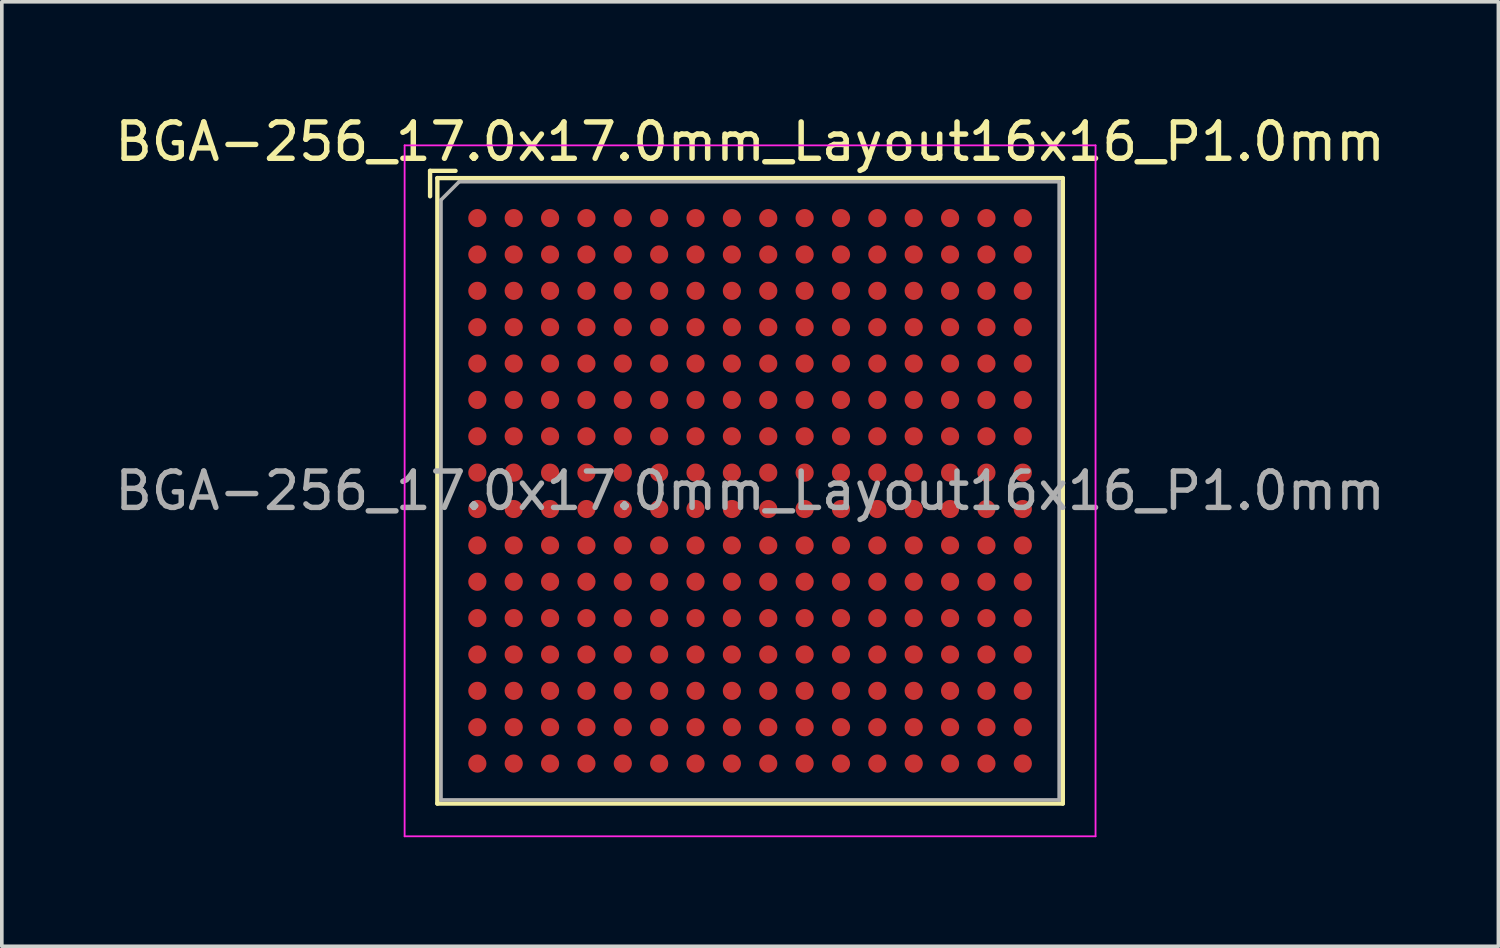
<source format=kicad_pcb>
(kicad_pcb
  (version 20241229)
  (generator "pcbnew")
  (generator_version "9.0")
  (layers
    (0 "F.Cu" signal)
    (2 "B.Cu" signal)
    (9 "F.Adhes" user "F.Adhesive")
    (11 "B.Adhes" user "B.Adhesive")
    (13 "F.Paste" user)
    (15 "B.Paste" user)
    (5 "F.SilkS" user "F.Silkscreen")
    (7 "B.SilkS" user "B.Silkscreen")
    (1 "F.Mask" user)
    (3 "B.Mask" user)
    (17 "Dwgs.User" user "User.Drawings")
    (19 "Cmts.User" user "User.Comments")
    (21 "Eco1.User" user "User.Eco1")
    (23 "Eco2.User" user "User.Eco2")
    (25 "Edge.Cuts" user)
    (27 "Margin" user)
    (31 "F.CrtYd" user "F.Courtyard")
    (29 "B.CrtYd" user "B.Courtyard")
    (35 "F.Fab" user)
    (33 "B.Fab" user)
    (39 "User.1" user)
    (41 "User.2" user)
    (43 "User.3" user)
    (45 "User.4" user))
  (footprint "BGA-256_17.0x17.0mm_Layout16x16_P1.0mm"
    (layer "F.Cu")
    (at 17.577 10.448)
    (property "Reference" "BGA-256_17.0x17.0mm_Layout16x16_P1.0mm" (at 0 -9.6 0) (layer "F.SilkS") (effects (font (size 1 1) (thickness 0.15))))
    (attr smd)
    (fp_line (start -8.8 -8.8) (end -8.8 -8.1) (stroke (width 0.12) (type solid)) (layer "F.SilkS"))
    (fp_line (start -8.6 -8.6) (end -8.6 8.6) (stroke (width 0.12) (type solid)) (layer "F.SilkS"))
    (fp_line (start -8.6 8.6) (end 8.6 8.6) (stroke (width 0.12) (type solid)) (layer "F.SilkS"))
    (fp_line (start -8.1 -8.8) (end -8.8 -8.8) (stroke (width 0.12) (type solid)) (layer "F.SilkS"))
    (fp_line (start 8.6 -8.6) (end -8.6 -8.6) (stroke (width 0.12) (type solid)) (layer "F.SilkS"))
    (fp_line (start 8.6 8.6) (end 8.6 -8.6) (stroke (width 0.12) (type solid)) (layer "F.SilkS"))
    (fp_line (start -9.5 -9.5) (end -9.5 9.5) (stroke (width 0.05) (type solid)) (layer "F.CrtYd"))
    (fp_line (start -9.5 -9.5) (end 9.5 -9.5) (stroke (width 0.05) (type solid)) (layer "F.CrtYd"))
    (fp_line (start 9.5 9.5) (end -9.5 9.5) (stroke (width 0.05) (type solid)) (layer "F.CrtYd"))
    (fp_line (start 9.5 9.5) (end 9.5 -9.5) (stroke (width 0.05) (type solid)) (layer "F.CrtYd"))
    (fp_line (start -8.5 -8) (end -8.5 8.5) (stroke (width 0.1) (type solid)) (layer "F.Fab"))
    (fp_line (start -8.5 8.5) (end 8.5 8.5) (stroke (width 0.1) (type solid)) (layer "F.Fab"))
    (fp_line (start -8 -8.5) (end -8.5 -8) (stroke (width 0.1) (type solid)) (layer "F.Fab"))
    (fp_line (start 8.5 -8.5) (end -8 -8.5) (stroke (width 0.1) (type solid)) (layer "F.Fab"))
    (fp_line (start 8.5 8.5) (end 8.5 -8.5) (stroke (width 0.1) (type solid)) (layer "F.Fab"))
    (fp_text user "${REFERENCE}" (at 0 0 0) (layer "F.Fab") (effects (font (size 1 1) (thickness 0.15))))
    (pad "A1" smd circle (at -7.5 -7.5) (size 0.5 0.5) (layers "F.Cu" "F.Mask" "F.Paste"))
    (pad "A2" smd circle (at -6.5 -7.5) (size 0.5 0.5) (layers "F.Cu" "F.Mask" "F.Paste"))
    (pad "A3" smd circle (at -5.5 -7.5) (size 0.5 0.5) (layers "F.Cu" "F.Mask" "F.Paste"))
    (pad "A4" smd circle (at -4.5 -7.5) (size 0.5 0.5) (layers "F.Cu" "F.Mask" "F.Paste"))
    (pad "A5" smd circle (at -3.5 -7.5) (size 0.5 0.5) (layers "F.Cu" "F.Mask" "F.Paste"))
    (pad "A6" smd circle (at -2.5 -7.5) (size 0.5 0.5) (layers "F.Cu" "F.Mask" "F.Paste"))
    (pad "A7" smd circle (at -1.5 -7.5) (size 0.5 0.5) (layers "F.Cu" "F.Mask" "F.Paste"))
    (pad "A8" smd circle (at -0.5 -7.5) (size 0.5 0.5) (layers "F.Cu" "F.Mask" "F.Paste"))
    (pad "A9" smd circle (at 0.5 -7.5) (size 0.5 0.5) (layers "F.Cu" "F.Mask" "F.Paste"))
    (pad "A10" smd circle (at 1.5 -7.5) (size 0.5 0.5) (layers "F.Cu" "F.Mask" "F.Paste"))
    (pad "A11" smd circle (at 2.5 -7.5) (size 0.5 0.5) (layers "F.Cu" "F.Mask" "F.Paste"))
    (pad "A12" smd circle (at 3.5 -7.5) (size 0.5 0.5) (layers "F.Cu" "F.Mask" "F.Paste"))
    (pad "A13" smd circle (at 4.5 -7.5) (size 0.5 0.5) (layers "F.Cu" "F.Mask" "F.Paste"))
    (pad "A14" smd circle (at 5.5 -7.5) (size 0.5 0.5) (layers "F.Cu" "F.Mask" "F.Paste"))
    (pad "A15" smd circle (at 6.5 -7.5) (size 0.5 0.5) (layers "F.Cu" "F.Mask" "F.Paste"))
    (pad "A16" smd circle (at 7.5 -7.5) (size 0.5 0.5) (layers "F.Cu" "F.Mask" "F.Paste"))
    (pad "B1" smd circle (at -7.5 -6.5) (size 0.5 0.5) (layers "F.Cu" "F.Mask" "F.Paste"))
    (pad "B2" smd circle (at -6.5 -6.5) (size 0.5 0.5) (layers "F.Cu" "F.Mask" "F.Paste"))
    (pad "B3" smd circle (at -5.5 -6.5) (size 0.5 0.5) (layers "F.Cu" "F.Mask" "F.Paste"))
    (pad "B4" smd circle (at -4.5 -6.5) (size 0.5 0.5) (layers "F.Cu" "F.Mask" "F.Paste"))
    (pad "B5" smd circle (at -3.5 -6.5) (size 0.5 0.5) (layers "F.Cu" "F.Mask" "F.Paste"))
    (pad "B6" smd circle (at -2.5 -6.5) (size 0.5 0.5) (layers "F.Cu" "F.Mask" "F.Paste"))
    (pad "B7" smd circle (at -1.5 -6.5) (size 0.5 0.5) (layers "F.Cu" "F.Mask" "F.Paste"))
    (pad "B8" smd circle (at -0.5 -6.5) (size 0.5 0.5) (layers "F.Cu" "F.Mask" "F.Paste"))
    (pad "B9" smd circle (at 0.5 -6.5) (size 0.5 0.5) (layers "F.Cu" "F.Mask" "F.Paste"))
    (pad "B10" smd circle (at 1.5 -6.5) (size 0.5 0.5) (layers "F.Cu" "F.Mask" "F.Paste"))
    (pad "B11" smd circle (at 2.5 -6.5) (size 0.5 0.5) (layers "F.Cu" "F.Mask" "F.Paste"))
    (pad "B12" smd circle (at 3.5 -6.5) (size 0.5 0.5) (layers "F.Cu" "F.Mask" "F.Paste"))
    (pad "B13" smd circle (at 4.5 -6.5) (size 0.5 0.5) (layers "F.Cu" "F.Mask" "F.Paste"))
    (pad "B14" smd circle (at 5.5 -6.5) (size 0.5 0.5) (layers "F.Cu" "F.Mask" "F.Paste"))
    (pad "B15" smd circle (at 6.5 -6.5) (size 0.5 0.5) (layers "F.Cu" "F.Mask" "F.Paste"))
    (pad "B16" smd circle (at 7.5 -6.5) (size 0.5 0.5) (layers "F.Cu" "F.Mask" "F.Paste"))
    (pad "C1" smd circle (at -7.5 -5.5) (size 0.5 0.5) (layers "F.Cu" "F.Mask" "F.Paste"))
    (pad "C2" smd circle (at -6.5 -5.5) (size 0.5 0.5) (layers "F.Cu" "F.Mask" "F.Paste"))
    (pad "C3" smd circle (at -5.5 -5.5) (size 0.5 0.5) (layers "F.Cu" "F.Mask" "F.Paste"))
    (pad "C4" smd circle (at -4.5 -5.5) (size 0.5 0.5) (layers "F.Cu" "F.Mask" "F.Paste"))
    (pad "C5" smd circle (at -3.5 -5.5) (size 0.5 0.5) (layers "F.Cu" "F.Mask" "F.Paste"))
    (pad "C6" smd circle (at -2.5 -5.5) (size 0.5 0.5) (layers "F.Cu" "F.Mask" "F.Paste"))
    (pad "C7" smd circle (at -1.5 -5.5) (size 0.5 0.5) (layers "F.Cu" "F.Mask" "F.Paste"))
    (pad "C8" smd circle (at -0.5 -5.5) (size 0.5 0.5) (layers "F.Cu" "F.Mask" "F.Paste"))
    (pad "C9" smd circle (at 0.5 -5.5) (size 0.5 0.5) (layers "F.Cu" "F.Mask" "F.Paste"))
    (pad "C10" smd circle (at 1.5 -5.5) (size 0.5 0.5) (layers "F.Cu" "F.Mask" "F.Paste"))
    (pad "C11" smd circle (at 2.5 -5.5) (size 0.5 0.5) (layers "F.Cu" "F.Mask" "F.Paste"))
    (pad "C12" smd circle (at 3.5 -5.5) (size 0.5 0.5) (layers "F.Cu" "F.Mask" "F.Paste"))
    (pad "C13" smd circle (at 4.5 -5.5) (size 0.5 0.5) (layers "F.Cu" "F.Mask" "F.Paste"))
    (pad "C14" smd circle (at 5.5 -5.5) (size 0.5 0.5) (layers "F.Cu" "F.Mask" "F.Paste"))
    (pad "C15" smd circle (at 6.5 -5.5) (size 0.5 0.5) (layers "F.Cu" "F.Mask" "F.Paste"))
    (pad "C16" smd circle (at 7.5 -5.5) (size 0.5 0.5) (layers "F.Cu" "F.Mask" "F.Paste"))
    (pad "D1" smd circle (at -7.5 -4.5) (size 0.5 0.5) (layers "F.Cu" "F.Mask" "F.Paste"))
    (pad "D2" smd circle (at -6.5 -4.5) (size 0.5 0.5) (layers "F.Cu" "F.Mask" "F.Paste"))
    (pad "D3" smd circle (at -5.5 -4.5) (size 0.5 0.5) (layers "F.Cu" "F.Mask" "F.Paste"))
    (pad "D4" smd circle (at -4.5 -4.5) (size 0.5 0.5) (layers "F.Cu" "F.Mask" "F.Paste"))
    (pad "D5" smd circle (at -3.5 -4.5) (size 0.5 0.5) (layers "F.Cu" "F.Mask" "F.Paste"))
    (pad "D6" smd circle (at -2.5 -4.5) (size 0.5 0.5) (layers "F.Cu" "F.Mask" "F.Paste"))
    (pad "D7" smd circle (at -1.5 -4.5) (size 0.5 0.5) (layers "F.Cu" "F.Mask" "F.Paste"))
    (pad "D8" smd circle (at -0.5 -4.5) (size 0.5 0.5) (layers "F.Cu" "F.Mask" "F.Paste"))
    (pad "D9" smd circle (at 0.5 -4.5) (size 0.5 0.5) (layers "F.Cu" "F.Mask" "F.Paste"))
    (pad "D10" smd circle (at 1.5 -4.5) (size 0.5 0.5) (layers "F.Cu" "F.Mask" "F.Paste"))
    (pad "D11" smd circle (at 2.5 -4.5) (size 0.5 0.5) (layers "F.Cu" "F.Mask" "F.Paste"))
    (pad "D12" smd circle (at 3.5 -4.5) (size 0.5 0.5) (layers "F.Cu" "F.Mask" "F.Paste"))
    (pad "D13" smd circle (at 4.5 -4.5) (size 0.5 0.5) (layers "F.Cu" "F.Mask" "F.Paste"))
    (pad "D14" smd circle (at 5.5 -4.5) (size 0.5 0.5) (layers "F.Cu" "F.Mask" "F.Paste"))
    (pad "D15" smd circle (at 6.5 -4.5) (size 0.5 0.5) (layers "F.Cu" "F.Mask" "F.Paste"))
    (pad "D16" smd circle (at 7.5 -4.5) (size 0.5 0.5) (layers "F.Cu" "F.Mask" "F.Paste"))
    (pad "E1" smd circle (at -7.5 -3.5) (size 0.5 0.5) (layers "F.Cu" "F.Mask" "F.Paste"))
    (pad "E2" smd circle (at -6.5 -3.5) (size 0.5 0.5) (layers "F.Cu" "F.Mask" "F.Paste"))
    (pad "E3" smd circle (at -5.5 -3.5) (size 0.5 0.5) (layers "F.Cu" "F.Mask" "F.Paste"))
    (pad "E4" smd circle (at -4.5 -3.5) (size 0.5 0.5) (layers "F.Cu" "F.Mask" "F.Paste"))
    (pad "E5" smd circle (at -3.5 -3.5) (size 0.5 0.5) (layers "F.Cu" "F.Mask" "F.Paste"))
    (pad "E6" smd circle (at -2.5 -3.5) (size 0.5 0.5) (layers "F.Cu" "F.Mask" "F.Paste"))
    (pad "E7" smd circle (at -1.5 -3.5) (size 0.5 0.5) (layers "F.Cu" "F.Mask" "F.Paste"))
    (pad "E8" smd circle (at -0.5 -3.5) (size 0.5 0.5) (layers "F.Cu" "F.Mask" "F.Paste"))
    (pad "E9" smd circle (at 0.5 -3.5) (size 0.5 0.5) (layers "F.Cu" "F.Mask" "F.Paste"))
    (pad "E10" smd circle (at 1.5 -3.5) (size 0.5 0.5) (layers "F.Cu" "F.Mask" "F.Paste"))
    (pad "E11" smd circle (at 2.5 -3.5) (size 0.5 0.5) (layers "F.Cu" "F.Mask" "F.Paste"))
    (pad "E12" smd circle (at 3.5 -3.5) (size 0.5 0.5) (layers "F.Cu" "F.Mask" "F.Paste"))
    (pad "E13" smd circle (at 4.5 -3.5) (size 0.5 0.5) (layers "F.Cu" "F.Mask" "F.Paste"))
    (pad "E14" smd circle (at 5.5 -3.5) (size 0.5 0.5) (layers "F.Cu" "F.Mask" "F.Paste"))
    (pad "E15" smd circle (at 6.5 -3.5) (size 0.5 0.5) (layers "F.Cu" "F.Mask" "F.Paste"))
    (pad "E16" smd circle (at 7.5 -3.5) (size 0.5 0.5) (layers "F.Cu" "F.Mask" "F.Paste"))
    (pad "F1" smd circle (at -7.5 -2.5) (size 0.5 0.5) (layers "F.Cu" "F.Mask" "F.Paste"))
    (pad "F2" smd circle (at -6.5 -2.5) (size 0.5 0.5) (layers "F.Cu" "F.Mask" "F.Paste"))
    (pad "F3" smd circle (at -5.5 -2.5) (size 0.5 0.5) (layers "F.Cu" "F.Mask" "F.Paste"))
    (pad "F4" smd circle (at -4.5 -2.5) (size 0.5 0.5) (layers "F.Cu" "F.Mask" "F.Paste"))
    (pad "F5" smd circle (at -3.5 -2.5) (size 0.5 0.5) (layers "F.Cu" "F.Mask" "F.Paste"))
    (pad "F6" smd circle (at -2.5 -2.5) (size 0.5 0.5) (layers "F.Cu" "F.Mask" "F.Paste"))
    (pad "F7" smd circle (at -1.5 -2.5) (size 0.5 0.5) (layers "F.Cu" "F.Mask" "F.Paste"))
    (pad "F8" smd circle (at -0.5 -2.5) (size 0.5 0.5) (layers "F.Cu" "F.Mask" "F.Paste"))
    (pad "F9" smd circle (at 0.5 -2.5) (size 0.5 0.5) (layers "F.Cu" "F.Mask" "F.Paste"))
    (pad "F10" smd circle (at 1.5 -2.5) (size 0.5 0.5) (layers "F.Cu" "F.Mask" "F.Paste"))
    (pad "F11" smd circle (at 2.5 -2.5) (size 0.5 0.5) (layers "F.Cu" "F.Mask" "F.Paste"))
    (pad "F12" smd circle (at 3.5 -2.5) (size 0.5 0.5) (layers "F.Cu" "F.Mask" "F.Paste"))
    (pad "F13" smd circle (at 4.5 -2.5) (size 0.5 0.5) (layers "F.Cu" "F.Mask" "F.Paste"))
    (pad "F14" smd circle (at 5.5 -2.5) (size 0.5 0.5) (layers "F.Cu" "F.Mask" "F.Paste"))
    (pad "F15" smd circle (at 6.5 -2.5) (size 0.5 0.5) (layers "F.Cu" "F.Mask" "F.Paste"))
    (pad "F16" smd circle (at 7.5 -2.5) (size 0.5 0.5) (layers "F.Cu" "F.Mask" "F.Paste"))
    (pad "G1" smd circle (at -7.5 -1.5) (size 0.5 0.5) (layers "F.Cu" "F.Mask" "F.Paste"))
    (pad "G2" smd circle (at -6.5 -1.5) (size 0.5 0.5) (layers "F.Cu" "F.Mask" "F.Paste"))
    (pad "G3" smd circle (at -5.5 -1.5) (size 0.5 0.5) (layers "F.Cu" "F.Mask" "F.Paste"))
    (pad "G4" smd circle (at -4.5 -1.5) (size 0.5 0.5) (layers "F.Cu" "F.Mask" "F.Paste"))
    (pad "G5" smd circle (at -3.5 -1.5) (size 0.5 0.5) (layers "F.Cu" "F.Mask" "F.Paste"))
    (pad "G6" smd circle (at -2.5 -1.5) (size 0.5 0.5) (layers "F.Cu" "F.Mask" "F.Paste"))
    (pad "G7" smd circle (at -1.5 -1.5) (size 0.5 0.5) (layers "F.Cu" "F.Mask" "F.Paste"))
    (pad "G8" smd circle (at -0.5 -1.5) (size 0.5 0.5) (layers "F.Cu" "F.Mask" "F.Paste"))
    (pad "G9" smd circle (at 0.5 -1.5) (size 0.5 0.5) (layers "F.Cu" "F.Mask" "F.Paste"))
    (pad "G10" smd circle (at 1.5 -1.5) (size 0.5 0.5) (layers "F.Cu" "F.Mask" "F.Paste"))
    (pad "G11" smd circle (at 2.5 -1.5) (size 0.5 0.5) (layers "F.Cu" "F.Mask" "F.Paste"))
    (pad "G12" smd circle (at 3.5 -1.5) (size 0.5 0.5) (layers "F.Cu" "F.Mask" "F.Paste"))
    (pad "G13" smd circle (at 4.5 -1.5) (size 0.5 0.5) (layers "F.Cu" "F.Mask" "F.Paste"))
    (pad "G14" smd circle (at 5.5 -1.5) (size 0.5 0.5) (layers "F.Cu" "F.Mask" "F.Paste"))
    (pad "G15" smd circle (at 6.5 -1.5) (size 0.5 0.5) (layers "F.Cu" "F.Mask" "F.Paste"))
    (pad "G16" smd circle (at 7.5 -1.5) (size 0.5 0.5) (layers "F.Cu" "F.Mask" "F.Paste"))
    (pad "H1" smd circle (at -7.5 -0.5) (size 0.5 0.5) (layers "F.Cu" "F.Mask" "F.Paste"))
    (pad "H2" smd circle (at -6.5 -0.5) (size 0.5 0.5) (layers "F.Cu" "F.Mask" "F.Paste"))
    (pad "H3" smd circle (at -5.5 -0.5) (size 0.5 0.5) (layers "F.Cu" "F.Mask" "F.Paste"))
    (pad "H4" smd circle (at -4.5 -0.5) (size 0.5 0.5) (layers "F.Cu" "F.Mask" "F.Paste"))
    (pad "H5" smd circle (at -3.5 -0.5) (size 0.5 0.5) (layers "F.Cu" "F.Mask" "F.Paste"))
    (pad "H6" smd circle (at -2.5 -0.5) (size 0.5 0.5) (layers "F.Cu" "F.Mask" "F.Paste"))
    (pad "H7" smd circle (at -1.5 -0.5) (size 0.5 0.5) (layers "F.Cu" "F.Mask" "F.Paste"))
    (pad "H8" smd circle (at -0.5 -0.5) (size 0.5 0.5) (layers "F.Cu" "F.Mask" "F.Paste"))
    (pad "H9" smd circle (at 0.5 -0.5) (size 0.5 0.5) (layers "F.Cu" "F.Mask" "F.Paste"))
    (pad "H10" smd circle (at 1.5 -0.5) (size 0.5 0.5) (layers "F.Cu" "F.Mask" "F.Paste"))
    (pad "H11" smd circle (at 2.5 -0.5) (size 0.5 0.5) (layers "F.Cu" "F.Mask" "F.Paste"))
    (pad "H12" smd circle (at 3.5 -0.5) (size 0.5 0.5) (layers "F.Cu" "F.Mask" "F.Paste"))
    (pad "H13" smd circle (at 4.5 -0.5) (size 0.5 0.5) (layers "F.Cu" "F.Mask" "F.Paste"))
    (pad "H14" smd circle (at 5.5 -0.5) (size 0.5 0.5) (layers "F.Cu" "F.Mask" "F.Paste"))
    (pad "H15" smd circle (at 6.5 -0.5) (size 0.5 0.5) (layers "F.Cu" "F.Mask" "F.Paste"))
    (pad "H16" smd circle (at 7.5 -0.5) (size 0.5 0.5) (layers "F.Cu" "F.Mask" "F.Paste"))
    (pad "J1" smd circle (at -7.5 0.5) (size 0.5 0.5) (layers "F.Cu" "F.Mask" "F.Paste"))
    (pad "J2" smd circle (at -6.5 0.5) (size 0.5 0.5) (layers "F.Cu" "F.Mask" "F.Paste"))
    (pad "J3" smd circle (at -5.5 0.5) (size 0.5 0.5) (layers "F.Cu" "F.Mask" "F.Paste"))
    (pad "J4" smd circle (at -4.5 0.5) (size 0.5 0.5) (layers "F.Cu" "F.Mask" "F.Paste"))
    (pad "J5" smd circle (at -3.5 0.5) (size 0.5 0.5) (layers "F.Cu" "F.Mask" "F.Paste"))
    (pad "J6" smd circle (at -2.5 0.5) (size 0.5 0.5) (layers "F.Cu" "F.Mask" "F.Paste"))
    (pad "J7" smd circle (at -1.5 0.5) (size 0.5 0.5) (layers "F.Cu" "F.Mask" "F.Paste"))
    (pad "J8" smd circle (at -0.5 0.5) (size 0.5 0.5) (layers "F.Cu" "F.Mask" "F.Paste"))
    (pad "J9" smd circle (at 0.5 0.5) (size 0.5 0.5) (layers "F.Cu" "F.Mask" "F.Paste"))
    (pad "J10" smd circle (at 1.5 0.5) (size 0.5 0.5) (layers "F.Cu" "F.Mask" "F.Paste"))
    (pad "J11" smd circle (at 2.5 0.5) (size 0.5 0.5) (layers "F.Cu" "F.Mask" "F.Paste"))
    (pad "J12" smd circle (at 3.5 0.5) (size 0.5 0.5) (layers "F.Cu" "F.Mask" "F.Paste"))
    (pad "J13" smd circle (at 4.5 0.5) (size 0.5 0.5) (layers "F.Cu" "F.Mask" "F.Paste"))
    (pad "J14" smd circle (at 5.5 0.5) (size 0.5 0.5) (layers "F.Cu" "F.Mask" "F.Paste"))
    (pad "J15" smd circle (at 6.5 0.5) (size 0.5 0.5) (layers "F.Cu" "F.Mask" "F.Paste"))
    (pad "J16" smd circle (at 7.5 0.5) (size 0.5 0.5) (layers "F.Cu" "F.Mask" "F.Paste"))
    (pad "K1" smd circle (at -7.5 1.5) (size 0.5 0.5) (layers "F.Cu" "F.Mask" "F.Paste"))
    (pad "K2" smd circle (at -6.5 1.5) (size 0.5 0.5) (layers "F.Cu" "F.Mask" "F.Paste"))
    (pad "K3" smd circle (at -5.5 1.5) (size 0.5 0.5) (layers "F.Cu" "F.Mask" "F.Paste"))
    (pad "K4" smd circle (at -4.5 1.5) (size 0.5 0.5) (layers "F.Cu" "F.Mask" "F.Paste"))
    (pad "K5" smd circle (at -3.5 1.5) (size 0.5 0.5) (layers "F.Cu" "F.Mask" "F.Paste"))
    (pad "K6" smd circle (at -2.5 1.5) (size 0.5 0.5) (layers "F.Cu" "F.Mask" "F.Paste"))
    (pad "K7" smd circle (at -1.5 1.5) (size 0.5 0.5) (layers "F.Cu" "F.Mask" "F.Paste"))
    (pad "K8" smd circle (at -0.5 1.5) (size 0.5 0.5) (layers "F.Cu" "F.Mask" "F.Paste"))
    (pad "K9" smd circle (at 0.5 1.5) (size 0.5 0.5) (layers "F.Cu" "F.Mask" "F.Paste"))
    (pad "K10" smd circle (at 1.5 1.5) (size 0.5 0.5) (layers "F.Cu" "F.Mask" "F.Paste"))
    (pad "K11" smd circle (at 2.5 1.5) (size 0.5 0.5) (layers "F.Cu" "F.Mask" "F.Paste"))
    (pad "K12" smd circle (at 3.5 1.5) (size 0.5 0.5) (layers "F.Cu" "F.Mask" "F.Paste"))
    (pad "K13" smd circle (at 4.5 1.5) (size 0.5 0.5) (layers "F.Cu" "F.Mask" "F.Paste"))
    (pad "K14" smd circle (at 5.5 1.5) (size 0.5 0.5) (layers "F.Cu" "F.Mask" "F.Paste"))
    (pad "K15" smd circle (at 6.5 1.5) (size 0.5 0.5) (layers "F.Cu" "F.Mask" "F.Paste"))
    (pad "K16" smd circle (at 7.5 1.5) (size 0.5 0.5) (layers "F.Cu" "F.Mask" "F.Paste"))
    (pad "L1" smd circle (at -7.5 2.5) (size 0.5 0.5) (layers "F.Cu" "F.Mask" "F.Paste"))
    (pad "L2" smd circle (at -6.5 2.5) (size 0.5 0.5) (layers "F.Cu" "F.Mask" "F.Paste"))
    (pad "L3" smd circle (at -5.5 2.5) (size 0.5 0.5) (layers "F.Cu" "F.Mask" "F.Paste"))
    (pad "L4" smd circle (at -4.5 2.5) (size 0.5 0.5) (layers "F.Cu" "F.Mask" "F.Paste"))
    (pad "L5" smd circle (at -3.5 2.5) (size 0.5 0.5) (layers "F.Cu" "F.Mask" "F.Paste"))
    (pad "L6" smd circle (at -2.5 2.5) (size 0.5 0.5) (layers "F.Cu" "F.Mask" "F.Paste"))
    (pad "L7" smd circle (at -1.5 2.5) (size 0.5 0.5) (layers "F.Cu" "F.Mask" "F.Paste"))
    (pad "L8" smd circle (at -0.5 2.5) (size 0.5 0.5) (layers "F.Cu" "F.Mask" "F.Paste"))
    (pad "L9" smd circle (at 0.5 2.5) (size 0.5 0.5) (layers "F.Cu" "F.Mask" "F.Paste"))
    (pad "L10" smd circle (at 1.5 2.5) (size 0.5 0.5) (layers "F.Cu" "F.Mask" "F.Paste"))
    (pad "L11" smd circle (at 2.5 2.5) (size 0.5 0.5) (layers "F.Cu" "F.Mask" "F.Paste"))
    (pad "L12" smd circle (at 3.5 2.5) (size 0.5 0.5) (layers "F.Cu" "F.Mask" "F.Paste"))
    (pad "L13" smd circle (at 4.5 2.5) (size 0.5 0.5) (layers "F.Cu" "F.Mask" "F.Paste"))
    (pad "L14" smd circle (at 5.5 2.5) (size 0.5 0.5) (layers "F.Cu" "F.Mask" "F.Paste"))
    (pad "L15" smd circle (at 6.5 2.5) (size 0.5 0.5) (layers "F.Cu" "F.Mask" "F.Paste"))
    (pad "L16" smd circle (at 7.5 2.5) (size 0.5 0.5) (layers "F.Cu" "F.Mask" "F.Paste"))
    (pad "M1" smd circle (at -7.5 3.5) (size 0.5 0.5) (layers "F.Cu" "F.Mask" "F.Paste"))
    (pad "M2" smd circle (at -6.5 3.5) (size 0.5 0.5) (layers "F.Cu" "F.Mask" "F.Paste"))
    (pad "M3" smd circle (at -5.5 3.5) (size 0.5 0.5) (layers "F.Cu" "F.Mask" "F.Paste"))
    (pad "M4" smd circle (at -4.5 3.5) (size 0.5 0.5) (layers "F.Cu" "F.Mask" "F.Paste"))
    (pad "M5" smd circle (at -3.5 3.5) (size 0.5 0.5) (layers "F.Cu" "F.Mask" "F.Paste"))
    (pad "M6" smd circle (at -2.5 3.5) (size 0.5 0.5) (layers "F.Cu" "F.Mask" "F.Paste"))
    (pad "M7" smd circle (at -1.5 3.5) (size 0.5 0.5) (layers "F.Cu" "F.Mask" "F.Paste"))
    (pad "M8" smd circle (at -0.5 3.5) (size 0.5 0.5) (layers "F.Cu" "F.Mask" "F.Paste"))
    (pad "M9" smd circle (at 0.5 3.5) (size 0.5 0.5) (layers "F.Cu" "F.Mask" "F.Paste"))
    (pad "M10" smd circle (at 1.5 3.5) (size 0.5 0.5) (layers "F.Cu" "F.Mask" "F.Paste"))
    (pad "M11" smd circle (at 2.5 3.5) (size 0.5 0.5) (layers "F.Cu" "F.Mask" "F.Paste"))
    (pad "M12" smd circle (at 3.5 3.5) (size 0.5 0.5) (layers "F.Cu" "F.Mask" "F.Paste"))
    (pad "M13" smd circle (at 4.5 3.5) (size 0.5 0.5) (layers "F.Cu" "F.Mask" "F.Paste"))
    (pad "M14" smd circle (at 5.5 3.5) (size 0.5 0.5) (layers "F.Cu" "F.Mask" "F.Paste"))
    (pad "M15" smd circle (at 6.5 3.5) (size 0.5 0.5) (layers "F.Cu" "F.Mask" "F.Paste"))
    (pad "M16" smd circle (at 7.5 3.5) (size 0.5 0.5) (layers "F.Cu" "F.Mask" "F.Paste"))
    (pad "N1" smd circle (at -7.5 4.5) (size 0.5 0.5) (layers "F.Cu" "F.Mask" "F.Paste"))
    (pad "N2" smd circle (at -6.5 4.5) (size 0.5 0.5) (layers "F.Cu" "F.Mask" "F.Paste"))
    (pad "N3" smd circle (at -5.5 4.5) (size 0.5 0.5) (layers "F.Cu" "F.Mask" "F.Paste"))
    (pad "N4" smd circle (at -4.5 4.5) (size 0.5 0.5) (layers "F.Cu" "F.Mask" "F.Paste"))
    (pad "N5" smd circle (at -3.5 4.5) (size 0.5 0.5) (layers "F.Cu" "F.Mask" "F.Paste"))
    (pad "N6" smd circle (at -2.5 4.5) (size 0.5 0.5) (layers "F.Cu" "F.Mask" "F.Paste"))
    (pad "N7" smd circle (at -1.5 4.5) (size 0.5 0.5) (layers "F.Cu" "F.Mask" "F.Paste"))
    (pad "N8" smd circle (at -0.5 4.5) (size 0.5 0.5) (layers "F.Cu" "F.Mask" "F.Paste"))
    (pad "N9" smd circle (at 0.5 4.5) (size 0.5 0.5) (layers "F.Cu" "F.Mask" "F.Paste"))
    (pad "N10" smd circle (at 1.5 4.5) (size 0.5 0.5) (layers "F.Cu" "F.Mask" "F.Paste"))
    (pad "N11" smd circle (at 2.5 4.5) (size 0.5 0.5) (layers "F.Cu" "F.Mask" "F.Paste"))
    (pad "N12" smd circle (at 3.5 4.5) (size 0.5 0.5) (layers "F.Cu" "F.Mask" "F.Paste"))
    (pad "N13" smd circle (at 4.5 4.5) (size 0.5 0.5) (layers "F.Cu" "F.Mask" "F.Paste"))
    (pad "N14" smd circle (at 5.5 4.5) (size 0.5 0.5) (layers "F.Cu" "F.Mask" "F.Paste"))
    (pad "N15" smd circle (at 6.5 4.5) (size 0.5 0.5) (layers "F.Cu" "F.Mask" "F.Paste"))
    (pad "N16" smd circle (at 7.5 4.5) (size 0.5 0.5) (layers "F.Cu" "F.Mask" "F.Paste"))
    (pad "P1" smd circle (at -7.5 5.5) (size 0.5 0.5) (layers "F.Cu" "F.Mask" "F.Paste"))
    (pad "P2" smd circle (at -6.5 5.5) (size 0.5 0.5) (layers "F.Cu" "F.Mask" "F.Paste"))
    (pad "P3" smd circle (at -5.5 5.5) (size 0.5 0.5) (layers "F.Cu" "F.Mask" "F.Paste"))
    (pad "P4" smd circle (at -4.5 5.5) (size 0.5 0.5) (layers "F.Cu" "F.Mask" "F.Paste"))
    (pad "P5" smd circle (at -3.5 5.5) (size 0.5 0.5) (layers "F.Cu" "F.Mask" "F.Paste"))
    (pad "P6" smd circle (at -2.5 5.5) (size 0.5 0.5) (layers "F.Cu" "F.Mask" "F.Paste"))
    (pad "P7" smd circle (at -1.5 5.5) (size 0.5 0.5) (layers "F.Cu" "F.Mask" "F.Paste"))
    (pad "P8" smd circle (at -0.5 5.5) (size 0.5 0.5) (layers "F.Cu" "F.Mask" "F.Paste"))
    (pad "P9" smd circle (at 0.5 5.5) (size 0.5 0.5) (layers "F.Cu" "F.Mask" "F.Paste"))
    (pad "P10" smd circle (at 1.5 5.5) (size 0.5 0.5) (layers "F.Cu" "F.Mask" "F.Paste"))
    (pad "P11" smd circle (at 2.5 5.5) (size 0.5 0.5) (layers "F.Cu" "F.Mask" "F.Paste"))
    (pad "P12" smd circle (at 3.5 5.5) (size 0.5 0.5) (layers "F.Cu" "F.Mask" "F.Paste"))
    (pad "P13" smd circle (at 4.5 5.5) (size 0.5 0.5) (layers "F.Cu" "F.Mask" "F.Paste"))
    (pad "P14" smd circle (at 5.5 5.5) (size 0.5 0.5) (layers "F.Cu" "F.Mask" "F.Paste"))
    (pad "P15" smd circle (at 6.5 5.5) (size 0.5 0.5) (layers "F.Cu" "F.Mask" "F.Paste"))
    (pad "P16" smd circle (at 7.5 5.5) (size 0.5 0.5) (layers "F.Cu" "F.Mask" "F.Paste"))
    (pad "R1" smd circle (at -7.5 6.5) (size 0.5 0.5) (layers "F.Cu" "F.Mask" "F.Paste"))
    (pad "R2" smd circle (at -6.5 6.5) (size 0.5 0.5) (layers "F.Cu" "F.Mask" "F.Paste"))
    (pad "R3" smd circle (at -5.5 6.5) (size 0.5 0.5) (layers "F.Cu" "F.Mask" "F.Paste"))
    (pad "R4" smd circle (at -4.5 6.5) (size 0.5 0.5) (layers "F.Cu" "F.Mask" "F.Paste"))
    (pad "R5" smd circle (at -3.5 6.5) (size 0.5 0.5) (layers "F.Cu" "F.Mask" "F.Paste"))
    (pad "R6" smd circle (at -2.5 6.5) (size 0.5 0.5) (layers "F.Cu" "F.Mask" "F.Paste"))
    (pad "R7" smd circle (at -1.5 6.5) (size 0.5 0.5) (layers "F.Cu" "F.Mask" "F.Paste"))
    (pad "R8" smd circle (at -0.5 6.5) (size 0.5 0.5) (layers "F.Cu" "F.Mask" "F.Paste"))
    (pad "R9" smd circle (at 0.5 6.5) (size 0.5 0.5) (layers "F.Cu" "F.Mask" "F.Paste"))
    (pad "R10" smd circle (at 1.5 6.5) (size 0.5 0.5) (layers "F.Cu" "F.Mask" "F.Paste"))
    (pad "R11" smd circle (at 2.5 6.5) (size 0.5 0.5) (layers "F.Cu" "F.Mask" "F.Paste"))
    (pad "R12" smd circle (at 3.5 6.5) (size 0.5 0.5) (layers "F.Cu" "F.Mask" "F.Paste"))
    (pad "R13" smd circle (at 4.5 6.5) (size 0.5 0.5) (layers "F.Cu" "F.Mask" "F.Paste"))
    (pad "R14" smd circle (at 5.5 6.5) (size 0.5 0.5) (layers "F.Cu" "F.Mask" "F.Paste"))
    (pad "R15" smd circle (at 6.5 6.5) (size 0.5 0.5) (layers "F.Cu" "F.Mask" "F.Paste"))
    (pad "R16" smd circle (at 7.5 6.5) (size 0.5 0.5) (layers "F.Cu" "F.Mask" "F.Paste"))
    (pad "T1" smd circle (at -7.5 7.5) (size 0.5 0.5) (layers "F.Cu" "F.Mask" "F.Paste"))
    (pad "T2" smd circle (at -6.5 7.5) (size 0.5 0.5) (layers "F.Cu" "F.Mask" "F.Paste"))
    (pad "T3" smd circle (at -5.5 7.5) (size 0.5 0.5) (layers "F.Cu" "F.Mask" "F.Paste"))
    (pad "T4" smd circle (at -4.5 7.5) (size 0.5 0.5) (layers "F.Cu" "F.Mask" "F.Paste"))
    (pad "T5" smd circle (at -3.5 7.5) (size 0.5 0.5) (layers "F.Cu" "F.Mask" "F.Paste"))
    (pad "T6" smd circle (at -2.5 7.5) (size 0.5 0.5) (layers "F.Cu" "F.Mask" "F.Paste"))
    (pad "T7" smd circle (at -1.5 7.5) (size 0.5 0.5) (layers "F.Cu" "F.Mask" "F.Paste"))
    (pad "T8" smd circle (at -0.5 7.5) (size 0.5 0.5) (layers "F.Cu" "F.Mask" "F.Paste"))
    (pad "T9" smd circle (at 0.5 7.5) (size 0.5 0.5) (layers "F.Cu" "F.Mask" "F.Paste"))
    (pad "T10" smd circle (at 1.5 7.5) (size 0.5 0.5) (layers "F.Cu" "F.Mask" "F.Paste"))
    (pad "T11" smd circle (at 2.5 7.5) (size 0.5 0.5) (layers "F.Cu" "F.Mask" "F.Paste"))
    (pad "T12" smd circle (at 3.5 7.5) (size 0.5 0.5) (layers "F.Cu" "F.Mask" "F.Paste"))
    (pad "T13" smd circle (at 4.5 7.5) (size 0.5 0.5) (layers "F.Cu" "F.Mask" "F.Paste"))
    (pad "T14" smd circle (at 5.5 7.5) (size 0.5 0.5) (layers "F.Cu" "F.Mask" "F.Paste"))
    (pad "T15" smd circle (at 6.5 7.5) (size 0.5 0.5) (layers "F.Cu" "F.Mask" "F.Paste"))
    (pad "T16" smd circle (at 7.5 7.5) (size 0.5 0.5) (layers "F.Cu" "F.Mask" "F.Paste")))
  (gr_rect
    (start -3 -3)
    (end 38.155 22.973)
    (stroke (width 0.1) (type default))
    (fill no)
    (layer "Edge.Cuts")))
</source>
